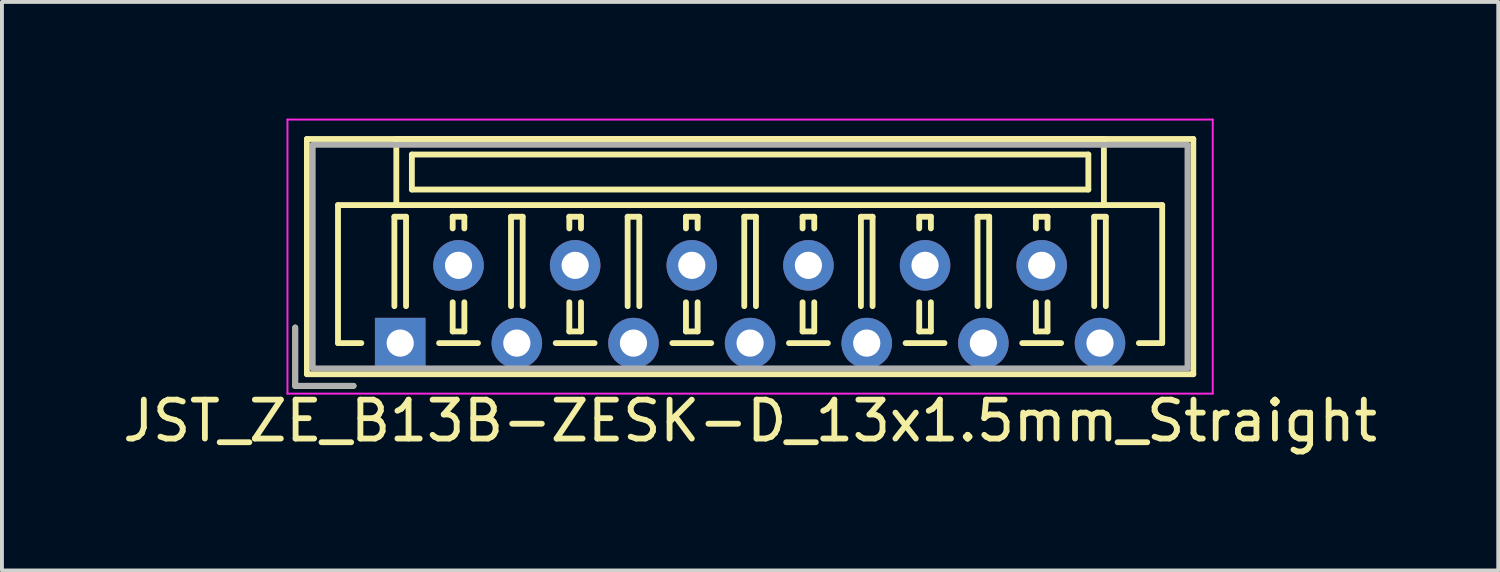
<source format=kicad_pcb>
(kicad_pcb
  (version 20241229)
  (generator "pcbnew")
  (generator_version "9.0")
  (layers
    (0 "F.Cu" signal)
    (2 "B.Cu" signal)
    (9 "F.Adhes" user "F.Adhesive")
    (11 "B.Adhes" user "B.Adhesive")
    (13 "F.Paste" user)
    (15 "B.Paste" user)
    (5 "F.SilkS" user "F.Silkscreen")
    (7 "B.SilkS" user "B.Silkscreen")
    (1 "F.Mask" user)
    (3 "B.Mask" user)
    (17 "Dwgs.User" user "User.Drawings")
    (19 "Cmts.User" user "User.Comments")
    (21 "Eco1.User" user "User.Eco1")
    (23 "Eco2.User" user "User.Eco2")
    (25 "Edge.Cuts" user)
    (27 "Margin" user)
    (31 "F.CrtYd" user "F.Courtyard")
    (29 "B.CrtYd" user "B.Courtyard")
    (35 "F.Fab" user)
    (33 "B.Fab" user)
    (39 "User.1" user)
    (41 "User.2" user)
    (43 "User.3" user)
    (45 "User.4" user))
  (footprint "JST_ZE_B13B-ZESK-D_13x1.5mm_Straight"
    (layer "F.Cu")
    (at 7.244 5.775)
    (property "Reference" "JST_ZE_B13B-ZESK-D_13x1.5mm_Straight" (at 9 2 0) (layer "F.SilkS") (effects (font (size 1 1) (thickness 0.15))))
    (attr through_hole)
    (fp_line (start -2.7 -0.4) (end -2.7 1.1) (stroke (width 0.15) (type solid)) (layer "F.SilkS"))
    (fp_line (start -2.7 1.1) (end -1.2 1.1) (stroke (width 0.15) (type solid)) (layer "F.SilkS"))
    (fp_line (start -2.4 -5.25) (end -2.4 0.8) (stroke (width 0.15) (type solid)) (layer "F.SilkS"))
    (fp_line (start -2.4 0.8) (end 20.4 0.8) (stroke (width 0.15) (type solid)) (layer "F.SilkS"))
    (fp_line (start -1.6 -3.55) (end -1.6 0) (stroke (width 0.15) (type solid)) (layer "F.SilkS"))
    (fp_line (start -1.6 0) (end -1 0) (stroke (width 0.15) (type solid)) (layer "F.SilkS"))
    (fp_line (start -0.15 -3.25) (end 0.15 -3.25) (stroke (width 0.15) (type solid)) (layer "F.SilkS"))
    (fp_line (start -0.15 -0.95) (end -0.15 -3.25) (stroke (width 0.15) (type solid)) (layer "F.SilkS"))
    (fp_line (start -0.1 -5.25) (end -0.1 -3.55) (stroke (width 0.15) (type solid)) (layer "F.SilkS"))
    (fp_line (start -0.1 -3.55) (end -1.6 -3.55) (stroke (width 0.15) (type solid)) (layer "F.SilkS"))
    (fp_line (start -0.1 -3.55) (end 18.1 -3.55) (stroke (width 0.15) (type solid)) (layer "F.SilkS"))
    (fp_line (start 0.15 -3.25) (end 0.15 -0.95) (stroke (width 0.15) (type solid)) (layer "F.SilkS"))
    (fp_line (start 0.3 -4.85) (end 0.3 -3.95) (stroke (width 0.15) (type solid)) (layer "F.SilkS"))
    (fp_line (start 0.3 -3.95) (end 17.7 -3.95) (stroke (width 0.15) (type solid)) (layer "F.SilkS"))
    (fp_line (start 1 0) (end 2 0) (stroke (width 0.15) (type solid)) (layer "F.SilkS"))
    (fp_line (start 1.35 -3.25) (end 1.65 -3.25) (stroke (width 0.15) (type solid)) (layer "F.SilkS"))
    (fp_line (start 1.35 -2.95) (end 1.35 -3.25) (stroke (width 0.15) (type solid)) (layer "F.SilkS"))
    (fp_line (start 1.35 -1.05) (end 1.35 -0.3) (stroke (width 0.15) (type solid)) (layer "F.SilkS"))
    (fp_line (start 1.35 -0.3) (end 1.65 -0.3) (stroke (width 0.15) (type solid)) (layer "F.SilkS"))
    (fp_line (start 1.65 -3.25) (end 1.65 -2.95) (stroke (width 0.15) (type solid)) (layer "F.SilkS"))
    (fp_line (start 1.65 -0.3) (end 1.65 -1.05) (stroke (width 0.15) (type solid)) (layer "F.SilkS"))
    (fp_line (start 2.85 -3.25) (end 3.15 -3.25) (stroke (width 0.15) (type solid)) (layer "F.SilkS"))
    (fp_line (start 2.85 -0.95) (end 2.85 -3.25) (stroke (width 0.15) (type solid)) (layer "F.SilkS"))
    (fp_line (start 3.15 -3.25) (end 3.15 -0.95) (stroke (width 0.15) (type solid)) (layer "F.SilkS"))
    (fp_line (start 4 0) (end 5 0) (stroke (width 0.15) (type solid)) (layer "F.SilkS"))
    (fp_line (start 4.35 -3.25) (end 4.65 -3.25) (stroke (width 0.15) (type solid)) (layer "F.SilkS"))
    (fp_line (start 4.35 -2.95) (end 4.35 -3.25) (stroke (width 0.15) (type solid)) (layer "F.SilkS"))
    (fp_line (start 4.35 -1.05) (end 4.35 -0.3) (stroke (width 0.15) (type solid)) (layer "F.SilkS"))
    (fp_line (start 4.35 -0.3) (end 4.65 -0.3) (stroke (width 0.15) (type solid)) (layer "F.SilkS"))
    (fp_line (start 4.65 -3.25) (end 4.65 -2.95) (stroke (width 0.15) (type solid)) (layer "F.SilkS"))
    (fp_line (start 4.65 -0.3) (end 4.65 -1.05) (stroke (width 0.15) (type solid)) (layer "F.SilkS"))
    (fp_line (start 5.85 -3.25) (end 6.15 -3.25) (stroke (width 0.15) (type solid)) (layer "F.SilkS"))
    (fp_line (start 5.85 -0.95) (end 5.85 -3.25) (stroke (width 0.15) (type solid)) (layer "F.SilkS"))
    (fp_line (start 6.15 -3.25) (end 6.15 -0.95) (stroke (width 0.15) (type solid)) (layer "F.SilkS"))
    (fp_line (start 7 0) (end 8 0) (stroke (width 0.15) (type solid)) (layer "F.SilkS"))
    (fp_line (start 7.35 -3.25) (end 7.65 -3.25) (stroke (width 0.15) (type solid)) (layer "F.SilkS"))
    (fp_line (start 7.35 -2.95) (end 7.35 -3.25) (stroke (width 0.15) (type solid)) (layer "F.SilkS"))
    (fp_line (start 7.35 -1.05) (end 7.35 -0.3) (stroke (width 0.15) (type solid)) (layer "F.SilkS"))
    (fp_line (start 7.35 -0.3) (end 7.65 -0.3) (stroke (width 0.15) (type solid)) (layer "F.SilkS"))
    (fp_line (start 7.65 -3.25) (end 7.65 -2.95) (stroke (width 0.15) (type solid)) (layer "F.SilkS"))
    (fp_line (start 7.65 -0.3) (end 7.65 -1.05) (stroke (width 0.15) (type solid)) (layer "F.SilkS"))
    (fp_line (start 8.85 -3.25) (end 9.15 -3.25) (stroke (width 0.15) (type solid)) (layer "F.SilkS"))
    (fp_line (start 8.85 -0.95) (end 8.85 -3.25) (stroke (width 0.15) (type solid)) (layer "F.SilkS"))
    (fp_line (start 9.15 -3.25) (end 9.15 -0.95) (stroke (width 0.15) (type solid)) (layer "F.SilkS"))
    (fp_line (start 10 0) (end 11 0) (stroke (width 0.15) (type solid)) (layer "F.SilkS"))
    (fp_line (start 10.35 -3.25) (end 10.65 -3.25) (stroke (width 0.15) (type solid)) (layer "F.SilkS"))
    (fp_line (start 10.35 -2.95) (end 10.35 -3.25) (stroke (width 0.15) (type solid)) (layer "F.SilkS"))
    (fp_line (start 10.35 -1.05) (end 10.35 -0.3) (stroke (width 0.15) (type solid)) (layer "F.SilkS"))
    (fp_line (start 10.35 -0.3) (end 10.65 -0.3) (stroke (width 0.15) (type solid)) (layer "F.SilkS"))
    (fp_line (start 10.65 -3.25) (end 10.65 -2.95) (stroke (width 0.15) (type solid)) (layer "F.SilkS"))
    (fp_line (start 10.65 -0.3) (end 10.65 -1.05) (stroke (width 0.15) (type solid)) (layer "F.SilkS"))
    (fp_line (start 11.85 -3.25) (end 12.15 -3.25) (stroke (width 0.15) (type solid)) (layer "F.SilkS"))
    (fp_line (start 11.85 -0.95) (end 11.85 -3.25) (stroke (width 0.15) (type solid)) (layer "F.SilkS"))
    (fp_line (start 12.15 -3.25) (end 12.15 -0.95) (stroke (width 0.15) (type solid)) (layer "F.SilkS"))
    (fp_line (start 13 0) (end 14 0) (stroke (width 0.15) (type solid)) (layer "F.SilkS"))
    (fp_line (start 13.35 -3.25) (end 13.65 -3.25) (stroke (width 0.15) (type solid)) (layer "F.SilkS"))
    (fp_line (start 13.35 -2.95) (end 13.35 -3.25) (stroke (width 0.15) (type solid)) (layer "F.SilkS"))
    (fp_line (start 13.35 -1.05) (end 13.35 -0.3) (stroke (width 0.15) (type solid)) (layer "F.SilkS"))
    (fp_line (start 13.35 -0.3) (end 13.65 -0.3) (stroke (width 0.15) (type solid)) (layer "F.SilkS"))
    (fp_line (start 13.65 -3.25) (end 13.65 -2.95) (stroke (width 0.15) (type solid)) (layer "F.SilkS"))
    (fp_line (start 13.65 -0.3) (end 13.65 -1.05) (stroke (width 0.15) (type solid)) (layer "F.SilkS"))
    (fp_line (start 14.85 -3.25) (end 15.15 -3.25) (stroke (width 0.15) (type solid)) (layer "F.SilkS"))
    (fp_line (start 14.85 -0.95) (end 14.85 -3.25) (stroke (width 0.15) (type solid)) (layer "F.SilkS"))
    (fp_line (start 15.15 -3.25) (end 15.15 -0.95) (stroke (width 0.15) (type solid)) (layer "F.SilkS"))
    (fp_line (start 16 0) (end 17 0) (stroke (width 0.15) (type solid)) (layer "F.SilkS"))
    (fp_line (start 16.35 -3.25) (end 16.65 -3.25) (stroke (width 0.15) (type solid)) (layer "F.SilkS"))
    (fp_line (start 16.35 -2.95) (end 16.35 -3.25) (stroke (width 0.15) (type solid)) (layer "F.SilkS"))
    (fp_line (start 16.35 -1.05) (end 16.35 -0.3) (stroke (width 0.15) (type solid)) (layer "F.SilkS"))
    (fp_line (start 16.35 -0.3) (end 16.65 -0.3) (stroke (width 0.15) (type solid)) (layer "F.SilkS"))
    (fp_line (start 16.65 -3.25) (end 16.65 -2.95) (stroke (width 0.15) (type solid)) (layer "F.SilkS"))
    (fp_line (start 16.65 -0.3) (end 16.65 -1.05) (stroke (width 0.15) (type solid)) (layer "F.SilkS"))
    (fp_line (start 17.7 -4.85) (end 0.3 -4.85) (stroke (width 0.15) (type solid)) (layer "F.SilkS"))
    (fp_line (start 17.7 -3.95) (end 17.7 -4.85) (stroke (width 0.15) (type solid)) (layer "F.SilkS"))
    (fp_line (start 17.85 -3.25) (end 18.15 -3.25) (stroke (width 0.15) (type solid)) (layer "F.SilkS"))
    (fp_line (start 17.85 -0.95) (end 17.85 -3.25) (stroke (width 0.15) (type solid)) (layer "F.SilkS"))
    (fp_line (start 18.1 -5.25) (end -0.1 -5.25) (stroke (width 0.15) (type solid)) (layer "F.SilkS"))
    (fp_line (start 18.1 -3.55) (end 18.1 -5.25) (stroke (width 0.15) (type solid)) (layer "F.SilkS"))
    (fp_line (start 18.1 -3.55) (end 19.6 -3.55) (stroke (width 0.15) (type solid)) (layer "F.SilkS"))
    (fp_line (start 18.15 -3.25) (end 18.15 -0.95) (stroke (width 0.15) (type solid)) (layer "F.SilkS"))
    (fp_line (start 19.6 -3.55) (end 19.6 0) (stroke (width 0.15) (type solid)) (layer "F.SilkS"))
    (fp_line (start 19.6 0) (end 19 0) (stroke (width 0.15) (type solid)) (layer "F.SilkS"))
    (fp_line (start 20.4 -5.25) (end -2.4 -5.25) (stroke (width 0.15) (type solid)) (layer "F.SilkS"))
    (fp_line (start 20.4 0.8) (end 20.4 -5.25) (stroke (width 0.15) (type solid)) (layer "F.SilkS"))
    (fp_line (start -2.9 -5.75) (end -2.9 1.3) (stroke (width 0.05) (type solid)) (layer "F.CrtYd"))
    (fp_line (start -2.9 1.3) (end 20.9 1.3) (stroke (width 0.05) (type solid)) (layer "F.CrtYd"))
    (fp_line (start 20.9 -5.75) (end -2.9 -5.75) (stroke (width 0.05) (type solid)) (layer "F.CrtYd"))
    (fp_line (start 20.9 1.3) (end 20.9 -5.75) (stroke (width 0.05) (type solid)) (layer "F.CrtYd"))
    (fp_line (start -2.7 -0.4) (end -2.7 1.1) (stroke (width 0.15) (type solid)) (layer "F.Fab"))
    (fp_line (start -2.7 1.1) (end -1.2 1.1) (stroke (width 0.15) (type solid)) (layer "F.Fab"))
    (fp_line (start -2.25 -5.1) (end -2.25 0.65) (stroke (width 0.15) (type solid)) (layer "F.Fab"))
    (fp_line (start -2.25 0.65) (end 20.25 0.65) (stroke (width 0.15) (type solid)) (layer "F.Fab"))
    (fp_line (start 20.25 -5.1) (end -2.25 -5.1) (stroke (width 0.15) (type solid)) (layer "F.Fab"))
    (fp_line (start 20.25 0.65) (end 20.25 -5.1) (stroke (width 0.15) (type solid)) (layer "F.Fab"))
    (pad "1" thru_hole rect (at 0 0) (size 1.3 1.3) (drill 0.7) (layers "*.Cu" "*.Mask"))
    (pad "2" thru_hole circle (at 1.5 -2) (size 1.3 1.3) (drill 0.7) (layers "*.Cu" "*.Mask"))
    (pad "3" thru_hole circle (at 3 0) (size 1.3 1.3) (drill 0.7) (layers "*.Cu" "*.Mask"))
    (pad "4" thru_hole circle (at 4.5 -2) (size 1.3 1.3) (drill 0.7) (layers "*.Cu" "*.Mask"))
    (pad "5" thru_hole circle (at 6 0) (size 1.3 1.3) (drill 0.7) (layers "*.Cu" "*.Mask"))
    (pad "6" thru_hole circle (at 7.5 -2) (size 1.3 1.3) (drill 0.7) (layers "*.Cu" "*.Mask"))
    (pad "7" thru_hole circle (at 9 0) (size 1.3 1.3) (drill 0.7) (layers "*.Cu" "*.Mask"))
    (pad "8" thru_hole circle (at 10.5 -2) (size 1.3 1.3) (drill 0.7) (layers "*.Cu" "*.Mask"))
    (pad "9" thru_hole circle (at 12 0) (size 1.3 1.3) (drill 0.7) (layers "*.Cu" "*.Mask"))
    (pad "10" thru_hole circle (at 13.5 -2) (size 1.3 1.3) (drill 0.7) (layers "*.Cu" "*.Mask"))
    (pad "11" thru_hole circle (at 15 0) (size 1.3 1.3) (drill 0.7) (layers "*.Cu" "*.Mask"))
    (pad "12" thru_hole circle (at 16.5 -2) (size 1.3 1.3) (drill 0.7) (layers "*.Cu" "*.Mask"))
    (pad "13" thru_hole circle (at 18 0) (size 1.3 1.3) (drill 0.7) (layers "*.Cu" "*.Mask")))
  (gr_rect
    (start -3 -3)
    (end 35.488 11.623)
    (stroke (width 0.1) (type default))
    (fill no)
    (layer "Edge.Cuts")))
</source>
